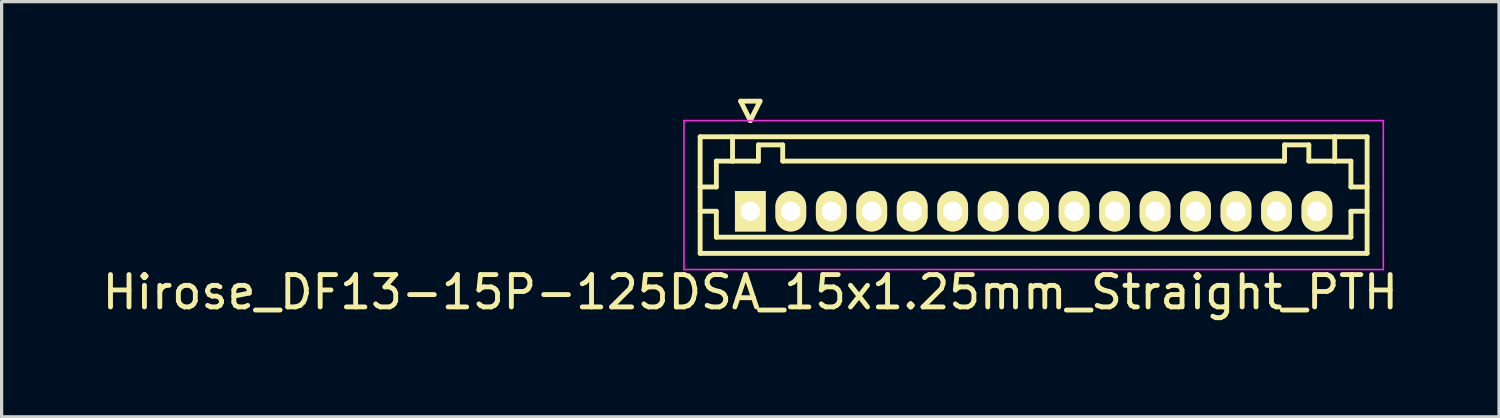
<source format=kicad_pcb>
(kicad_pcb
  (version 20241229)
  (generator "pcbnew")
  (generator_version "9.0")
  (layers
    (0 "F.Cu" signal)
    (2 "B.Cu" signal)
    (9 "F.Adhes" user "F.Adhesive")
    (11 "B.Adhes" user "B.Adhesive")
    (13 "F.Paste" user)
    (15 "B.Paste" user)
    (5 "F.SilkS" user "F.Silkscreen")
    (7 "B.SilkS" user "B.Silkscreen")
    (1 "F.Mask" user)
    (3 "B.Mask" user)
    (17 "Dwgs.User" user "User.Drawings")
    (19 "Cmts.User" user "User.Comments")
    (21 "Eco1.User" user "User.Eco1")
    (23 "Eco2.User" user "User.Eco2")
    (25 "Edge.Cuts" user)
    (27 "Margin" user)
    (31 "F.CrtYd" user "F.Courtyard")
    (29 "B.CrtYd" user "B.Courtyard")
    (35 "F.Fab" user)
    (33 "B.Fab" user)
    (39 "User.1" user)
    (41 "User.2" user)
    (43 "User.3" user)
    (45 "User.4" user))
  (footprint "Hirose_DF13-15P-125DSA_15x1.25mm_Straight_PTH"
    (layer "F.Cu")
    (at 20.125 3.475)
    (property "Reference" "Hirose_DF13-15P-125DSA_15x1.25mm_Straight_PTH" (at 0 2.5 0) (layer "F.SilkS") (effects (font (size 1 1) (thickness 0.15))))
    (attr through_hole)
    (fp_line (start -1.55 -2.3) (end -1.55 1.3) (stroke (width 0.15) (type solid)) (layer "F.SilkS"))
    (fp_line (start -1.55 -0.75) (end -1.05 -0.75) (stroke (width 0.15) (type solid)) (layer "F.SilkS"))
    (fp_line (start -1.55 0) (end -1.05 0) (stroke (width 0.15) (type solid)) (layer "F.SilkS"))
    (fp_line (start -1.55 1.3) (end 19.05 1.3) (stroke (width 0.15) (type solid)) (layer "F.SilkS"))
    (fp_line (start -1.05 -1.55) (end -0.55 -1.55) (stroke (width 0.15) (type solid)) (layer "F.SilkS"))
    (fp_line (start -1.05 -0.75) (end -1.05 -1.55) (stroke (width 0.15) (type solid)) (layer "F.SilkS"))
    (fp_line (start -1.05 0) (end -1.05 0.8) (stroke (width 0.15) (type solid)) (layer "F.SilkS"))
    (fp_line (start -1.05 0.8) (end 18.55 0.8) (stroke (width 0.15) (type solid)) (layer "F.SilkS"))
    (fp_line (start -0.55 -1.55) (end -0.55 -2.3) (stroke (width 0.15) (type solid)) (layer "F.SilkS"))
    (fp_line (start -0.55 -1.55) (end 0.25 -1.55) (stroke (width 0.15) (type solid)) (layer "F.SilkS"))
    (fp_line (start -0.3 -3.4) (end 0.3 -3.4) (stroke (width 0.15) (type solid)) (layer "F.SilkS"))
    (fp_line (start 0 -2.8) (end -0.3 -3.4) (stroke (width 0.15) (type solid)) (layer "F.SilkS"))
    (fp_line (start 0.25 -2.05) (end 1 -2.05) (stroke (width 0.15) (type solid)) (layer "F.SilkS"))
    (fp_line (start 0.25 -1.55) (end 0.25 -2.05) (stroke (width 0.15) (type solid)) (layer "F.SilkS"))
    (fp_line (start 0.3 -3.4) (end 0 -2.8) (stroke (width 0.15) (type solid)) (layer "F.SilkS"))
    (fp_line (start 1 -2.05) (end 1 -1.55) (stroke (width 0.15) (type solid)) (layer "F.SilkS"))
    (fp_line (start 1 -1.55) (end 16.5 -1.55) (stroke (width 0.15) (type solid)) (layer "F.SilkS"))
    (fp_line (start 16.5 -2.05) (end 17.25 -2.05) (stroke (width 0.15) (type solid)) (layer "F.SilkS"))
    (fp_line (start 16.5 -1.55) (end 16.5 -2.05) (stroke (width 0.15) (type solid)) (layer "F.SilkS"))
    (fp_line (start 17.25 -2.05) (end 17.25 -1.55) (stroke (width 0.15) (type solid)) (layer "F.SilkS"))
    (fp_line (start 17.25 -1.55) (end 18.05 -1.55) (stroke (width 0.15) (type solid)) (layer "F.SilkS"))
    (fp_line (start 18.05 -1.55) (end 18.05 -2.3) (stroke (width 0.15) (type solid)) (layer "F.SilkS"))
    (fp_line (start 18.55 -1.55) (end 18.05 -1.55) (stroke (width 0.15) (type solid)) (layer "F.SilkS"))
    (fp_line (start 18.55 -0.75) (end 18.55 -1.55) (stroke (width 0.15) (type solid)) (layer "F.SilkS"))
    (fp_line (start 18.55 0) (end 19.05 0) (stroke (width 0.15) (type solid)) (layer "F.SilkS"))
    (fp_line (start 18.55 0.8) (end 18.55 0) (stroke (width 0.15) (type solid)) (layer "F.SilkS"))
    (fp_line (start 19.05 -2.3) (end -1.55 -2.3) (stroke (width 0.15) (type solid)) (layer "F.SilkS"))
    (fp_line (start 19.05 -0.75) (end 18.55 -0.75) (stroke (width 0.15) (type solid)) (layer "F.SilkS"))
    (fp_line (start 19.05 1.3) (end 19.05 -2.3) (stroke (width 0.15) (type solid)) (layer "F.SilkS"))
    (fp_line (start -2.05 -2.8) (end -2.05 1.8) (stroke (width 0.05) (type solid)) (layer "F.CrtYd"))
    (fp_line (start -2.05 1.8) (end 19.55 1.8) (stroke (width 0.05) (type solid)) (layer "F.CrtYd"))
    (fp_line (start 19.55 -2.8) (end -2.05 -2.8) (stroke (width 0.05) (type solid)) (layer "F.CrtYd"))
    (fp_line (start 19.55 1.8) (end 19.55 -2.8) (stroke (width 0.05) (type solid)) (layer "F.CrtYd"))
    (pad "1" thru_hole rect (at 0 0) (size 0.95 1.25) (drill 0.6) (layers "*.Cu" "*.Mask" "F.SilkS"))
    (pad "2" thru_hole oval (at 1.25 0) (size 0.95 1.25) (drill 0.6) (layers "*.Cu" "*.Mask" "F.SilkS"))
    (pad "3" thru_hole oval (at 2.5 0) (size 0.95 1.25) (drill 0.6) (layers "*.Cu" "*.Mask" "F.SilkS"))
    (pad "4" thru_hole oval (at 3.75 0) (size 0.95 1.25) (drill 0.6) (layers "*.Cu" "*.Mask" "F.SilkS"))
    (pad "5" thru_hole oval (at 5 0) (size 0.95 1.25) (drill 0.6) (layers "*.Cu" "*.Mask" "F.SilkS"))
    (pad "6" thru_hole oval (at 6.25 0) (size 0.95 1.25) (drill 0.6) (layers "*.Cu" "*.Mask" "F.SilkS"))
    (pad "7" thru_hole oval (at 7.5 0) (size 0.95 1.25) (drill 0.6) (layers "*.Cu" "*.Mask" "F.SilkS"))
    (pad "8" thru_hole oval (at 8.75 0) (size 0.95 1.25) (drill 0.6) (layers "*.Cu" "*.Mask" "F.SilkS"))
    (pad "9" thru_hole oval (at 10 0) (size 0.95 1.25) (drill 0.6) (layers "*.Cu" "*.Mask" "F.SilkS"))
    (pad "10" thru_hole oval (at 11.25 0) (size 0.95 1.25) (drill 0.6) (layers "*.Cu" "*.Mask" "F.SilkS"))
    (pad "11" thru_hole oval (at 12.5 0) (size 0.95 1.25) (drill 0.6) (layers "*.Cu" "*.Mask" "F.SilkS"))
    (pad "12" thru_hole oval (at 13.75 0) (size 0.95 1.25) (drill 0.6) (layers "*.Cu" "*.Mask" "F.SilkS"))
    (pad "13" thru_hole oval (at 15 0) (size 0.95 1.25) (drill 0.6) (layers "*.Cu" "*.Mask" "F.SilkS"))
    (pad "14" thru_hole oval (at 16.25 0) (size 0.95 1.25) (drill 0.6) (layers "*.Cu" "*.Mask" "F.SilkS"))
    (pad "15" thru_hole oval (at 17.5 0) (size 0.95 1.25) (drill 0.6) (layers "*.Cu" "*.Mask" "F.SilkS")))
  (gr_rect
    (start -3 -3)
    (end 43.25 9.823)
    (stroke (width 0.1) (type default))
    (fill no)
    (layer "Edge.Cuts")))
</source>
